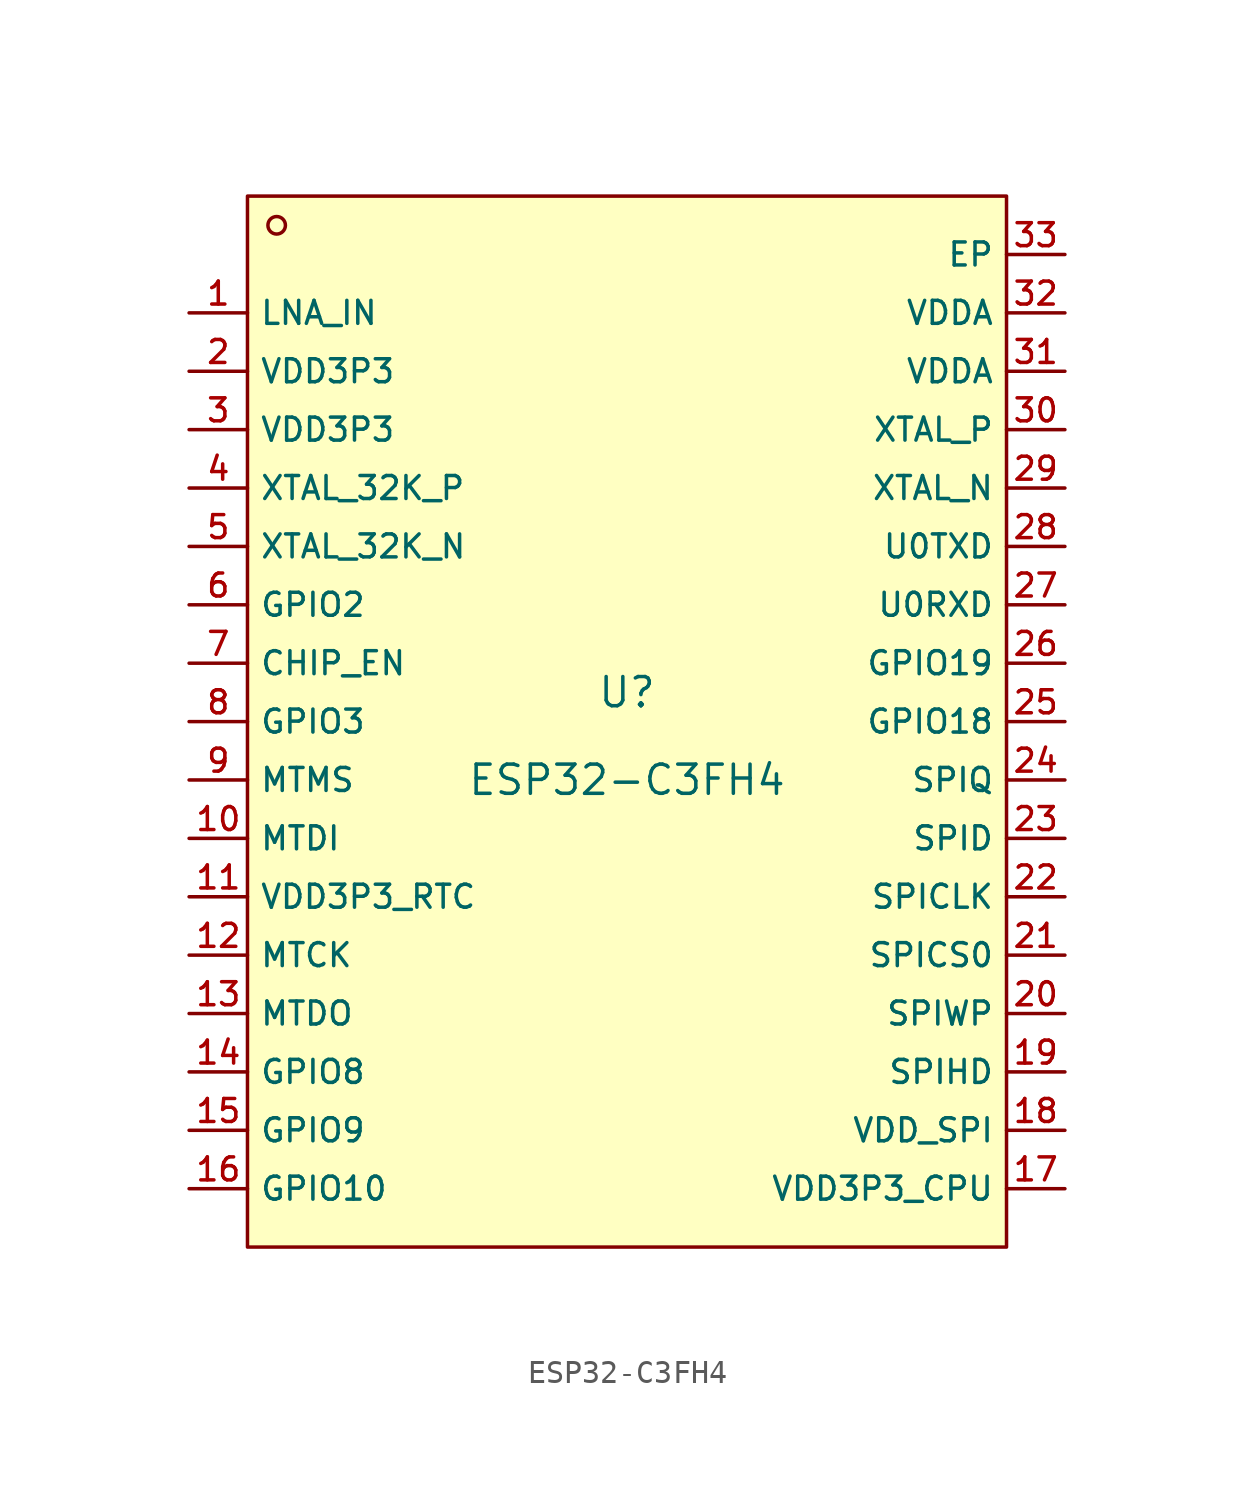
<source format=kicad_sym>
(kicad_symbol_lib
  (version 20210201)
  (generator TousstNicolas/JLC2KiCad_lib)
  (symbol "ESP32-C3FH4"
    (property "Reference" "U"
      (at 0 1.27 0)
      (effects (font (size 1.27 1.27))))
    (property "Value" "ESP32-C3FH4"
      (at 0 -2.54 0)
      (effects (font (size 1.27 1.27))))
    (symbol "ESP32-C3FH4_0_1"
      (rectangle (start -16.51 22.86) (end 16.51 -22.86) (stroke (width 0) (type default) (color 0 0 0 0)) (fill (type background)))
      (circle (center -15.24 21.59) (radius 0.381) (stroke (width 0) (type default) (color 0 0 0 0)) (fill (type background)))
      (pin unspecified line (at -19.05 17.78 0) (length 2.54) (name "LNA_IN" (effects (font (size 1 1)))) (number "1" (effects (font (size 1 1)))))
      (pin unspecified line (at -19.05 15.24 0) (length 2.54) (name "VDD3P3" (effects (font (size 1 1)))) (number "2" (effects (font (size 1 1)))))
      (pin unspecified line (at -19.05 12.7 0) (length 2.54) (name "VDD3P3" (effects (font (size 1 1)))) (number "3" (effects (font (size 1 1)))))
      (pin unspecified line (at -19.05 10.16 0) (length 2.54) (name "XTAL_32K_P" (effects (font (size 1 1)))) (number "4" (effects (font (size 1 1)))))
      (pin unspecified line (at -19.05 7.62 0) (length 2.54) (name "XTAL_32K_N" (effects (font (size 1 1)))) (number "5" (effects (font (size 1 1)))))
      (pin unspecified line (at -19.05 5.08 0) (length 2.54) (name "GPIO2" (effects (font (size 1 1)))) (number "6" (effects (font (size 1 1)))))
      (pin unspecified line (at -19.05 2.54 0) (length 2.54) (name "CHIP_EN" (effects (font (size 1 1)))) (number "7" (effects (font (size 1 1)))))
      (pin unspecified line (at -19.05 -0.0 0) (length 2.54) (name "GPIO3" (effects (font (size 1 1)))) (number "8" (effects (font (size 1 1)))))
      (pin unspecified line (at -19.05 -2.54 0) (length 2.54) (name "MTMS" (effects (font (size 1 1)))) (number "9" (effects (font (size 1 1)))))
      (pin unspecified line (at -19.05 -5.08 0) (length 2.54) (name "MTDI" (effects (font (size 1 1)))) (number "10" (effects (font (size 1 1)))))
      (pin unspecified line (at -19.05 -7.62 0) (length 2.54) (name "VDD3P3_RTC" (effects (font (size 1 1)))) (number "11" (effects (font (size 1 1)))))
      (pin unspecified line (at -19.05 -10.16 0) (length 2.54) (name "MTCK" (effects (font (size 1 1)))) (number "12" (effects (font (size 1 1)))))
      (pin unspecified line (at -19.05 -12.7 0) (length 2.54) (name "MTDO" (effects (font (size 1 1)))) (number "13" (effects (font (size 1 1)))))
      (pin unspecified line (at -19.05 -15.24 0) (length 2.54) (name "GPIO8" (effects (font (size 1 1)))) (number "14" (effects (font (size 1 1)))))
      (pin unspecified line (at -19.05 -17.78 0) (length 2.54) (name "GPIO9" (effects (font (size 1 1)))) (number "15" (effects (font (size 1 1)))))
      (pin unspecified line (at -19.05 -20.32 0) (length 2.54) (name "GPIO10" (effects (font (size 1 1)))) (number "16" (effects (font (size 1 1)))))
      (pin unspecified line (at 19.05 -20.32 180) (length 2.54) (name "VDD3P3_CPU" (effects (font (size 1 1)))) (number "17" (effects (font (size 1 1)))))
      (pin unspecified line (at 19.05 -17.78 180) (length 2.54) (name "VDD_SPI" (effects (font (size 1 1)))) (number "18" (effects (font (size 1 1)))))
      (pin unspecified line (at 19.05 -15.24 180) (length 2.54) (name "SPIHD" (effects (font (size 1 1)))) (number "19" (effects (font (size 1 1)))))
      (pin unspecified line (at 19.05 -12.7 180) (length 2.54) (name "SPIWP" (effects (font (size 1 1)))) (number "20" (effects (font (size 1 1)))))
      (pin unspecified line (at 19.05 -10.16 180) (length 2.54) (name "SPICS0" (effects (font (size 1 1)))) (number "21" (effects (font (size 1 1)))))
      (pin unspecified line (at 19.05 -7.62 180) (length 2.54) (name "SPICLK" (effects (font (size 1 1)))) (number "22" (effects (font (size 1 1)))))
      (pin unspecified line (at 19.05 -5.08 180) (length 2.54) (name "SPID" (effects (font (size 1 1)))) (number "23" (effects (font (size 1 1)))))
      (pin unspecified line (at 19.05 -2.54 180) (length 2.54) (name "SPIQ" (effects (font (size 1 1)))) (number "24" (effects (font (size 1 1)))))
      (pin unspecified line (at 19.05 -0.0 180) (length 2.54) (name "GPIO18" (effects (font (size 1 1)))) (number "25" (effects (font (size 1 1)))))
      (pin unspecified line (at 19.05 2.54 180) (length 2.54) (name "GPIO19" (effects (font (size 1 1)))) (number "26" (effects (font (size 1 1)))))
      (pin unspecified line (at 19.05 5.08 180) (length 2.54) (name "U0RXD" (effects (font (size 1 1)))) (number "27" (effects (font (size 1 1)))))
      (pin unspecified line (at 19.05 7.62 180) (length 2.54) (name "U0TXD" (effects (font (size 1 1)))) (number "28" (effects (font (size 1 1)))))
      (pin unspecified line (at 19.05 10.16 180) (length 2.54) (name "XTAL_N" (effects (font (size 1 1)))) (number "29" (effects (font (size 1 1)))))
      (pin unspecified line (at 19.05 12.7 180) (length 2.54) (name "XTAL_P" (effects (font (size 1 1)))) (number "30" (effects (font (size 1 1)))))
      (pin unspecified line (at 19.05 15.24 180) (length 2.54) (name "VDDA" (effects (font (size 1 1)))) (number "31" (effects (font (size 1 1)))))
      (pin unspecified line (at 19.05 17.78 180) (length 2.54) (name "VDDA" (effects (font (size 1 1)))) (number "32" (effects (font (size 1 1)))))
      (pin unspecified line (at 19.05 20.32 180) (length 2.54) (name "EP" (effects (font (size 1 1)))) (number "33" (effects (font (size 1 1))))))))
</source>
